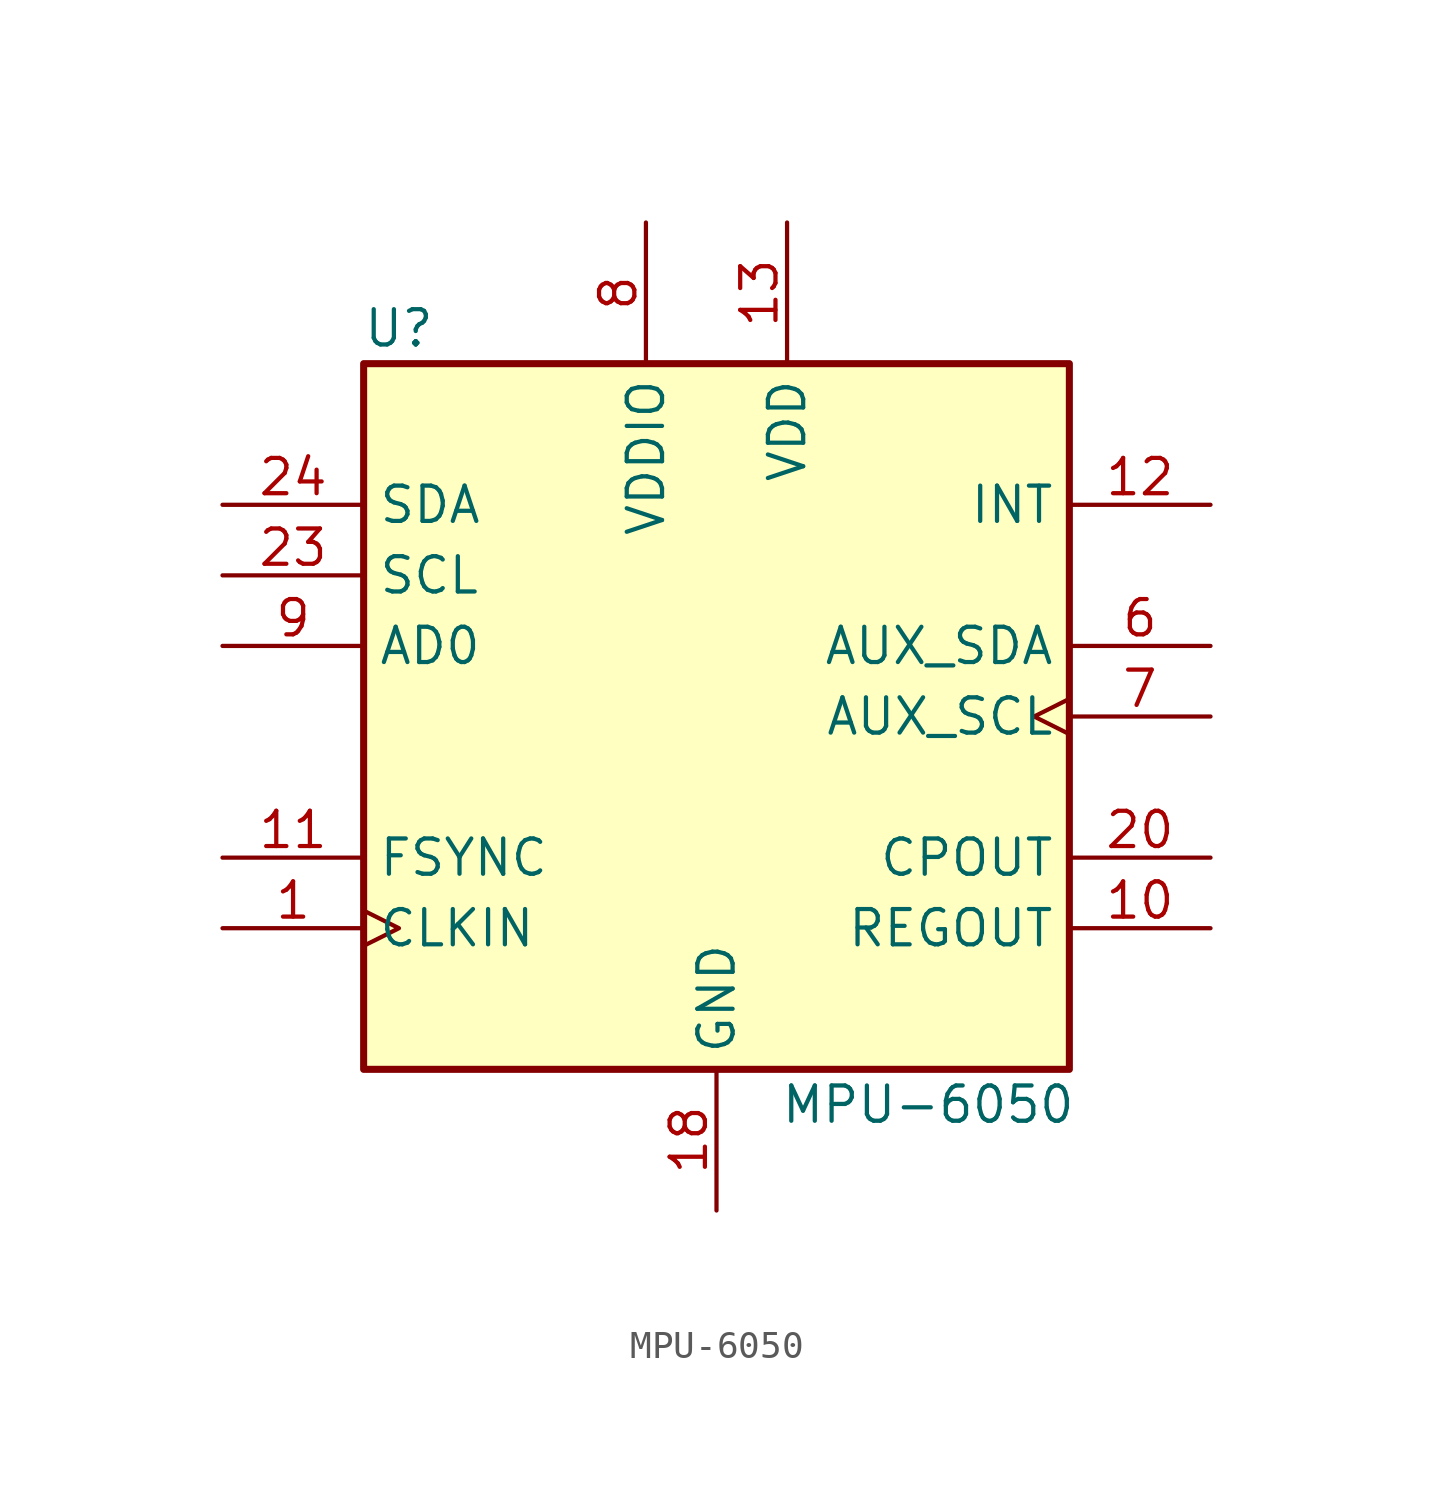
<source format=kicad_sym>
(kicad_symbol_lib
  (version 20211014)
  (generator kicad_symbol_editor)
  (symbol "MPU-6050"
    (property "Reference" "U"
      (at -11.43 13.97 0)
      (effects (font (size 1.27 1.27))))
    (property "Value" "MPU-6050"
      (at 7.62 -13.97 0)
      (effects (font (size 1.27 1.27))))
    (symbol "MPU-6050_0_1"
      (rectangle (start -12.7 12.7) (end 12.7 -12.7) (stroke (width 0.254) (type default) (color 0 0 0 0)) (fill (type background))))
    (symbol "MPU-6050_1_1"
      (pin input clock (at -17.78 -7.62 0) (length 5.08) (name "CLKIN" (effects (font (size 1.27 1.27)))) (number "1" (effects (font (size 1.27 1.27)))))
      (pin passive line (at 17.78 -7.62 180) (length 5.08) (name "REGOUT" (effects (font (size 1.27 1.27)))) (number "10" (effects (font (size 1.27 1.27)))))
      (pin input line (at -17.78 -5.08 0) (length 5.08) (name "FSYNC" (effects (font (size 1.27 1.27)))) (number "11" (effects (font (size 1.27 1.27)))))
      (pin output line (at 17.78 7.62 180) (length 5.08) (name "INT" (effects (font (size 1.27 1.27)))) (number "12" (effects (font (size 1.27 1.27)))))
      (pin power_in line (at 2.54 17.78 270) (length 5.08) (name "VDD" (effects (font (size 1.27 1.27)))) (number "13" (effects (font (size 1.27 1.27)))))
      (pin power_in line (at 0 -17.78 90) (length 5.08) (name "GND" (effects (font (size 1.27 1.27)))) (number "18" (effects (font (size 1.27 1.27)))))
      (pin passive line (at 17.78 -5.08 180) (length 5.08) (name "CPOUT" (effects (font (size 1.27 1.27)))) (number "20" (effects (font (size 1.27 1.27)))))
      (pin input line (at -17.78 5.08 0) (length 5.08) (name "SCL" (effects (font (size 1.27 1.27)))) (number "23" (effects (font (size 1.27 1.27)))))
      (pin bidirectional line (at -17.78 7.62 0) (length 5.08) (name "SDA" (effects (font (size 1.27 1.27)))) (number "24" (effects (font (size 1.27 1.27)))))
      (pin bidirectional line (at 17.78 2.54 180) (length 5.08) (name "AUX_SDA" (effects (font (size 1.27 1.27)))) (number "6" (effects (font (size 1.27 1.27)))))
      (pin output clock (at 17.78 0 180) (length 5.08) (name "AUX_SCL" (effects (font (size 1.27 1.27)))) (number "7" (effects (font (size 1.27 1.27)))))
      (pin power_in line (at -2.54 17.78 270) (length 5.08) (name "VDDIO" (effects (font (size 1.27 1.27)))) (number "8" (effects (font (size 1.27 1.27)))))
      (pin input line (at -17.78 2.54 0) (length 5.08) (name "AD0" (effects (font (size 1.27 1.27)))) (number "9" (effects (font (size 1.27 1.27))))))))
</source>
